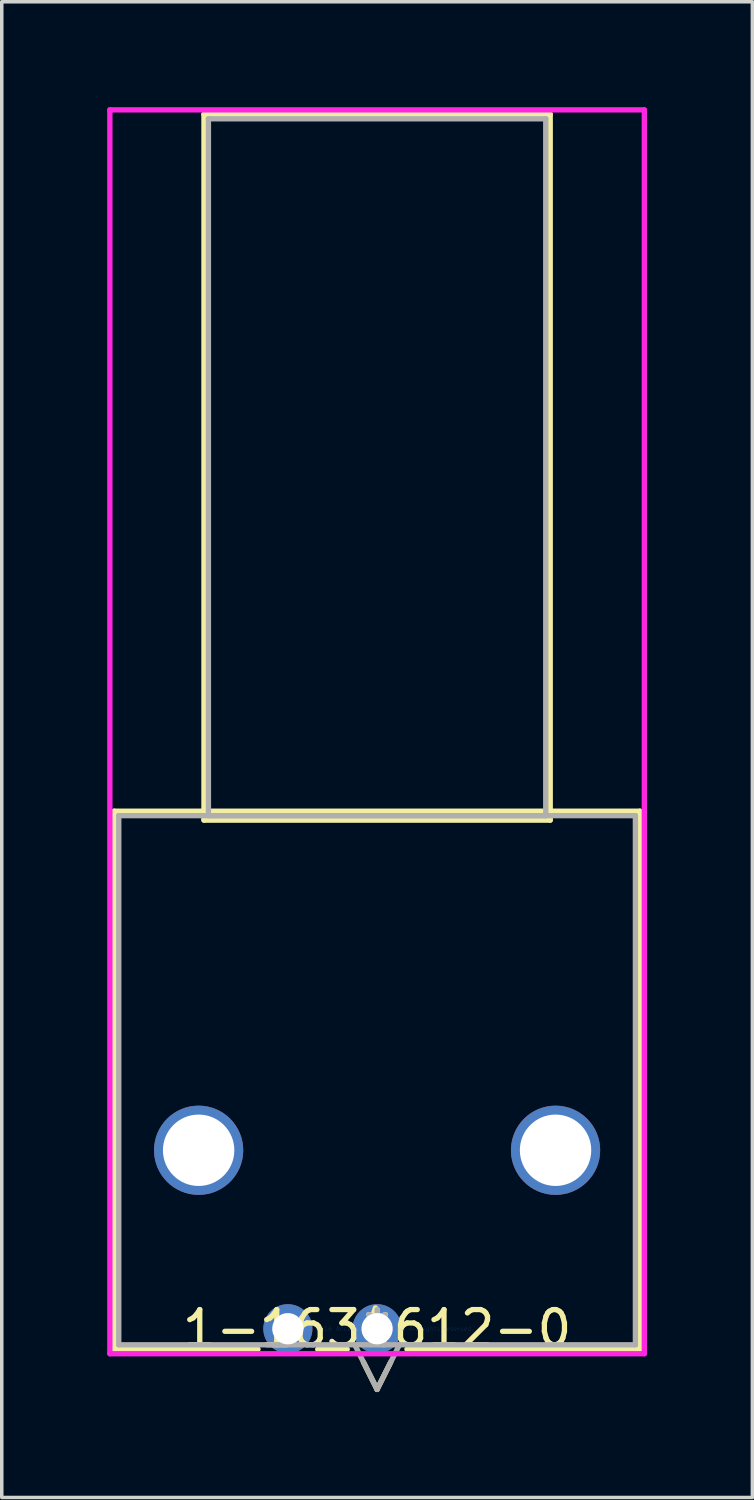
<source format=kicad_pcb>
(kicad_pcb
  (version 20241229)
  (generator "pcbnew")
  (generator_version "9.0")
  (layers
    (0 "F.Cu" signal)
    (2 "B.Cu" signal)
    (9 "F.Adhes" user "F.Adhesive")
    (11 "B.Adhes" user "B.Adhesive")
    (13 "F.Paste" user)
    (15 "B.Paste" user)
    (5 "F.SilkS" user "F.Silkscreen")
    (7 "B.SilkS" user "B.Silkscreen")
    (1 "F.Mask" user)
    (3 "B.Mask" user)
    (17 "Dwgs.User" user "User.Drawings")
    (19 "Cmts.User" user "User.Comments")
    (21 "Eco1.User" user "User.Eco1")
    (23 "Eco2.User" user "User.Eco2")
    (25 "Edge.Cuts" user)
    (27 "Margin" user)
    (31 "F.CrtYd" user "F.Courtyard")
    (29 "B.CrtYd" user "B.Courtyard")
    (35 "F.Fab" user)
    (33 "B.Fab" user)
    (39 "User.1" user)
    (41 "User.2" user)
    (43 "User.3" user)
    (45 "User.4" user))
  (footprint "1-1634612-0"
    (layer "F.Cu")
    (at 7.684 34.773)
    (property "Reference" "1-1634612-0" (at 0 0 0) (layer "F.SilkS") (effects (font (size 1 1) (thickness 0.15))))
    (attr through_hole)
    (fp_line (start -7.48 -14.732) (end -7.48 0.584) (stroke (width 0.152) (type solid)) (layer "F.SilkS"))
    (fp_line (start -7.48 0.584) (end -3.39 0.584) (stroke (width 0.152) (type solid)) (layer "F.SilkS"))
    (fp_line (start -4.928 -34.569) (end -4.928 -14.478) (stroke (width 0.152) (type solid)) (layer "F.SilkS"))
    (fp_line (start -4.928 -14.478) (end 4.928 -14.478) (stroke (width 0.152) (type solid)) (layer "F.SilkS"))
    (fp_line (start -1.69 0.584) (end -0.85 0.584) (stroke (width 0.152) (type solid)) (layer "F.SilkS"))
    (fp_line (start -0.385 0.957) (end 0 1.727) (stroke (width 0.152) (type solid)) (layer "F.SilkS"))
    (fp_line (start 0.385 0.957) (end 0 1.727) (stroke (width 0.152) (type solid)) (layer "F.SilkS"))
    (fp_line (start 0.85 0.584) (end 7.48 0.584) (stroke (width 0.152) (type solid)) (layer "F.SilkS"))
    (fp_line (start 4.928 -34.569) (end -4.928 -34.569) (stroke (width 0.152) (type solid)) (layer "F.SilkS"))
    (fp_line (start 4.928 -14.478) (end 4.928 -34.569) (stroke (width 0.152) (type solid)) (layer "F.SilkS"))
    (fp_line (start 7.48 -14.732) (end -7.48 -14.732) (stroke (width 0.152) (type solid)) (layer "F.SilkS"))
    (fp_line (start 7.48 0.584) (end 7.48 -14.732) (stroke (width 0.152) (type solid)) (layer "F.SilkS"))
    (fp_line (start -7.607 -34.696) (end -7.607 0.711) (stroke (width 0.152) (type solid)) (layer "F.CrtYd"))
    (fp_line (start -7.607 0.711) (end 7.607 0.711) (stroke (width 0.152) (type solid)) (layer "F.CrtYd"))
    (fp_line (start 7.607 -34.696) (end -7.607 -34.696) (stroke (width 0.152) (type solid)) (layer "F.CrtYd"))
    (fp_line (start 7.607 0.711) (end 7.607 -34.696) (stroke (width 0.152) (type solid)) (layer "F.CrtYd"))
    (fp_line (start -7.353 -14.605) (end -7.353 0.457) (stroke (width 0.152) (type solid)) (layer "F.Fab"))
    (fp_line (start -7.353 0.457) (end 7.353 0.457) (stroke (width 0.152) (type solid)) (layer "F.Fab"))
    (fp_line (start -4.801 -34.442) (end -4.801 -14.605) (stroke (width 0.152) (type solid)) (layer "F.Fab"))
    (fp_line (start -4.801 -14.605) (end 4.801 -14.605) (stroke (width 0.152) (type solid)) (layer "F.Fab"))
    (fp_line (start -0.635 0.457) (end 0 1.727) (stroke (width 0.152) (type solid)) (layer "F.Fab"))
    (fp_line (start 0.635 0.457) (end 0 1.727) (stroke (width 0.152) (type solid)) (layer "F.Fab"))
    (fp_line (start 4.801 -34.442) (end -4.801 -34.442) (stroke (width 0.152) (type solid)) (layer "F.Fab"))
    (fp_line (start 4.801 -14.605) (end 4.801 -34.442) (stroke (width 0.152) (type solid)) (layer "F.Fab"))
    (fp_line (start 7.353 -14.605) (end -7.353 -14.605) (stroke (width 0.152) (type solid)) (layer "F.Fab"))
    (fp_line (start 7.353 0.457) (end 7.353 -14.605) (stroke (width 0.152) (type solid)) (layer "F.Fab"))
    (fp_text user "*" (at 0 0 0) (layer "F.SilkS") (effects (font (size 1 1) (thickness 0.15))))
    (fp_text user "Copyright 2016 Accelerated Designs. All rights reserved." (at 0 0 0) (layer "Cmts.User") (effects (font (size 0.127 0.127) (thickness 0.002))))
    (fp_text user "*" (at 0 0 0) (layer "F.Fab") (effects (font (size 1 1) (thickness 0.15))))
    (pad "1" thru_hole circle (at 0 0) (size 1.397 1.397) (drill 0.889) (layers "*.Cu" "*.Mask"))
    (pad "2" thru_hole circle (at -2.54 0) (size 1.397 1.397) (drill 0.889) (layers "*.Cu" "*.Mask"))
    (pad "3" thru_hole circle (at -5.08 -5.08) (size 2.54 2.54) (drill 2.032) (layers "*.Cu" "*.Mask"))
    (pad "4" thru_hole circle (at 5.08 -5.08) (size 2.54 2.54) (drill 2.032) (layers "*.Cu" "*.Mask")))
  (gr_rect
    (start -3 -3)
    (end 18.367 39.576)
    (stroke (width 0.1) (type default))
    (fill no)
    (layer "Edge.Cuts")))
</source>
